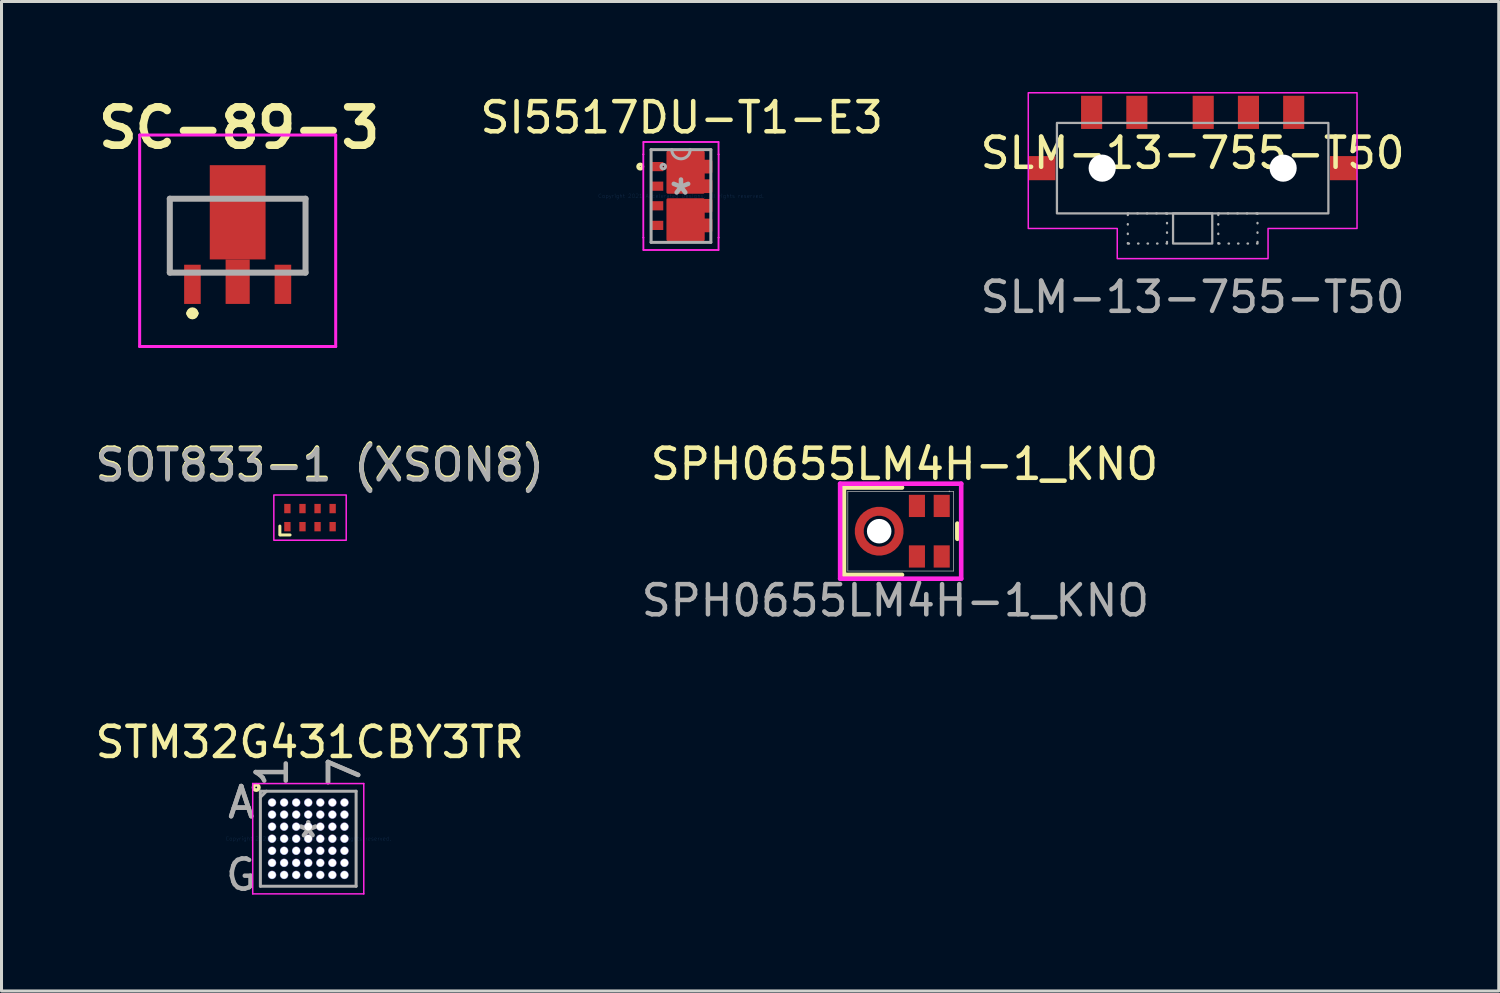
<source format=kicad_pcb>
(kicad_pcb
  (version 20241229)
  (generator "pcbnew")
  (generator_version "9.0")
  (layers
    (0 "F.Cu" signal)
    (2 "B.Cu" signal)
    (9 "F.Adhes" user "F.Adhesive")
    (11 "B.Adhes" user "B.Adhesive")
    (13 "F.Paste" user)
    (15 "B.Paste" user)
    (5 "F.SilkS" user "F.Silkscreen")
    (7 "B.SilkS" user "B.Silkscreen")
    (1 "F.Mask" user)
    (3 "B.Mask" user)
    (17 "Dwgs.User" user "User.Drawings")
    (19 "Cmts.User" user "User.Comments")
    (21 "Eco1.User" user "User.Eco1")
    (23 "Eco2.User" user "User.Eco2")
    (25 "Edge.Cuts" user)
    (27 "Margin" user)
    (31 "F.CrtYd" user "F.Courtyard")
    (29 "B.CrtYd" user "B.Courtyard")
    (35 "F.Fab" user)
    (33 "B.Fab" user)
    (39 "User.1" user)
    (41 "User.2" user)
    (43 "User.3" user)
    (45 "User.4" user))
  (footprint "SOT833-1 (XSON8)"
    (layer "F.Cu")
    (at 7.229 14.112)
    (property "Reference" "SOT833-1 (XSON8)" (at 0.325 -1.775 0) (unlocked yes) (layer "F.SilkS") (effects (font (size 1 1) (thickness 0.15))))
    (attr smd)
    (fp_rect (start -1 0.569) (end -1 0.281) (stroke (width 0.1) (type solid)) (fill no) (layer "F.SilkS"))
    (fp_rect (start -0.988 0.575) (end -0.662 0.575) (stroke (width 0.1) (type solid)) (fill no) (layer "F.SilkS"))
    (fp_rect (start -1.2 -0.75) (end 1.2 0.75) (stroke (width 0.05) (type solid)) (fill no) (layer "F.CrtYd"))
    (fp_text user "${REFERENCE}" (at 0.325 -1.725 0) (unlocked yes) (layer "F.Fab") (effects (font (size 1 1) (thickness 0.15))))
    (pad "1" smd rect (at -0.75 0.3) (size 0.21 0.31) (layers "F.Cu" "F.Mask" "F.Paste"))
    (pad "2" smd rect (at -0.25 0.3) (size 0.21 0.31) (layers "F.Cu" "F.Mask" "F.Paste"))
    (pad "3" smd rect (at 0.25 0.3) (size 0.21 0.31) (layers "F.Cu" "F.Mask" "F.Paste"))
    (pad "4" smd rect (at 0.75 0.3) (size 0.21 0.31) (layers "F.Cu" "F.Mask" "F.Paste"))
    (pad "5" smd rect (at 0.75 -0.3) (size 0.21 0.31) (layers "F.Cu" "F.Mask" "F.Paste"))
    (pad "6" smd rect (at 0.25 -0.3) (size 0.21 0.31) (layers "F.Cu" "F.Mask" "F.Paste"))
    (pad "7" smd rect (at -0.25 -0.3) (size 0.21 0.31) (layers "F.Cu" "F.Mask" "F.Paste"))
    (pad "8" smd rect (at -0.75 -0.3) (size 0.21 0.31) (layers "F.Cu" "F.Mask" "F.Paste")))
  (footprint "SI5517DU-T1-E3"
    (layer "F.Cu")
    (at 19.528 3.448)
    (property "Reference" "SI5517DU-T1-E3" (at 0.025 -2.6 0) (layer "F.SilkS") (effects (font (size 1 1) (thickness 0.15))))
    (attr through_hole)
    (fp_poly (pts (xy -0.432 -1.445) (xy 0.737 -1.445) (xy 0.737 -1.153) (xy 0.991 -1.153) (xy 0.991 -0.797) (xy 0.737 -0.797) (xy 0.737 -0.503) (xy 0.991 -0.503) (xy 0.991 -0.147) (xy 0.737 -0.147) (xy 0.737 -0.125) (xy -0.432 -0.125)) (stroke (width 0.1) (type solid)) (fill yes) (layer "F.Cu"))
    (fp_poly (pts (xy -0.432 0.125) (xy 0.737 0.125) (xy 0.737 0.147) (xy 0.991 0.147) (xy 0.991 0.503) (xy 0.737 0.503) (xy 0.737 0.797) (xy 0.991 0.797) (xy 0.991 1.153) (xy 0.737 1.153) (xy 0.737 1.445) (xy -0.432 1.445)) (stroke (width 0.1) (type solid)) (fill yes) (layer "F.Cu"))
    (fp_poly (pts (xy -0.432 -1.445) (xy 0.737 -1.445) (xy 0.737 -1.153) (xy 0.991 -1.153) (xy 0.991 -0.797) (xy 0.737 -0.797) (xy 0.737 -0.503) (xy 0.991 -0.503) (xy 0.991 -0.147) (xy 0.737 -0.147) (xy 0.737 -0.125) (xy -0.432 -0.125)) (stroke (width 0.1) (type solid)) (fill yes) (layer "F.Mask"))
    (fp_poly (pts (xy -0.432 0.125) (xy 0.737 0.125) (xy 0.737 0.147) (xy 0.991 0.147) (xy 0.991 0.503) (xy 0.737 0.503) (xy 0.737 0.797) (xy 0.991 0.797) (xy 0.991 1.153) (xy 0.737 1.153) (xy 0.737 1.445) (xy -0.432 1.445)) (stroke (width 0.1) (type solid)) (fill yes) (layer "F.Mask"))
    (fp_circle (center -1.35 -0.975) (end -1.277 -0.975) (stroke (width 0.12) (type solid)) (fill no) (layer "F.SilkS"))
    (fp_poly (pts (xy -0.432 -1.445) (xy 0.737 -1.445) (xy 0.737 -1.153) (xy 0.991 -1.153) (xy 0.991 -0.797) (xy 0.737 -0.797) (xy 0.737 -0.503) (xy 0.991 -0.503) (xy 0.991 -0.147) (xy 0.737 -0.147) (xy 0.737 -0.125) (xy -0.432 -0.125)) (stroke (width 0.1) (type solid)) (fill yes) (layer "F.Paste"))
    (fp_poly (pts (xy -0.432 0.125) (xy 0.737 0.125) (xy 0.737 0.147) (xy 0.991 0.147) (xy 0.991 0.503) (xy 0.737 0.503) (xy 0.737 0.797) (xy 0.991 0.797) (xy 0.991 1.153) (xy 0.737 1.153) (xy 0.737 1.445) (xy -0.432 1.445)) (stroke (width 0.1) (type solid)) (fill yes) (layer "F.Paste"))
    (fp_line (start -1.247 -1.381) (end -1.245 -1.381) (stroke (width 0.05) (type solid)) (layer "F.CrtYd"))
    (fp_line (start -1.247 -1.381) (end -1.245 -1.381) (stroke (width 0.05) (type solid)) (layer "F.CrtYd"))
    (fp_line (start -1.247 1.381) (end -1.247 -1.381) (stroke (width 0.05) (type solid)) (layer "F.CrtYd"))
    (fp_line (start -1.247 1.381) (end -1.247 -1.381) (stroke (width 0.05) (type solid)) (layer "F.CrtYd"))
    (fp_line (start -1.247 1.381) (end -1.245 1.381) (stroke (width 0.05) (type solid)) (layer "F.CrtYd"))
    (fp_line (start -1.245 -1.791) (end 1.245 -1.791) (stroke (width 0.05) (type solid)) (layer "F.CrtYd"))
    (fp_line (start -1.245 -1.791) (end 1.245 -1.791) (stroke (width 0.05) (type solid)) (layer "F.CrtYd"))
    (fp_line (start -1.245 -1.381) (end -1.245 -1.791) (stroke (width 0.05) (type solid)) (layer "F.CrtYd"))
    (fp_line (start -1.245 -1.381) (end -1.245 -1.791) (stroke (width 0.05) (type solid)) (layer "F.CrtYd"))
    (fp_line (start -1.245 1.381) (end -1.247 1.381) (stroke (width 0.05) (type solid)) (layer "F.CrtYd"))
    (fp_line (start -1.245 1.791) (end -1.245 1.381) (stroke (width 0.05) (type solid)) (layer "F.CrtYd"))
    (fp_line (start -1.245 1.791) (end -1.245 1.381) (stroke (width 0.05) (type solid)) (layer "F.CrtYd"))
    (fp_line (start 1.245 -1.791) (end 1.245 -1.381) (stroke (width 0.05) (type solid)) (layer "F.CrtYd"))
    (fp_line (start 1.245 -1.791) (end 1.245 -1.381) (stroke (width 0.05) (type solid)) (layer "F.CrtYd"))
    (fp_line (start 1.245 -1.381) (end 1.247 -1.381) (stroke (width 0.05) (type solid)) (layer "F.CrtYd"))
    (fp_line (start 1.245 1.381) (end 1.245 1.791) (stroke (width 0.05) (type solid)) (layer "F.CrtYd"))
    (fp_line (start 1.245 1.381) (end 1.245 1.791) (stroke (width 0.05) (type solid)) (layer "F.CrtYd"))
    (fp_line (start 1.245 1.791) (end -1.245 1.791) (stroke (width 0.05) (type solid)) (layer "F.CrtYd"))
    (fp_line (start 1.245 1.791) (end -1.245 1.791) (stroke (width 0.05) (type solid)) (layer "F.CrtYd"))
    (fp_line (start 1.247 -1.381) (end 1.245 -1.381) (stroke (width 0.05) (type solid)) (layer "F.CrtYd"))
    (fp_line (start 1.247 -1.381) (end 1.247 1.381) (stroke (width 0.05) (type solid)) (layer "F.CrtYd"))
    (fp_line (start 1.247 -1.381) (end 1.247 1.381) (stroke (width 0.05) (type solid)) (layer "F.CrtYd"))
    (fp_line (start 1.247 1.381) (end 1.245 1.381) (stroke (width 0.05) (type solid)) (layer "F.CrtYd"))
    (fp_line (start 1.247 1.381) (end 1.245 1.381) (stroke (width 0.05) (type solid)) (layer "F.CrtYd"))
    (fp_line (start -0.991 -1.537) (end -0.991 1.537) (stroke (width 0.1) (type solid)) (layer "F.Fab"))
    (fp_line (start -0.991 1.537) (end 0.991 1.537) (stroke (width 0.1) (type solid)) (layer "F.Fab"))
    (fp_line (start 0.991 -1.537) (end -0.991 -1.537) (stroke (width 0.1) (type solid)) (layer "F.Fab"))
    (fp_line (start 0.991 1.537) (end 0.991 -1.537) (stroke (width 0.1) (type solid)) (layer "F.Fab"))
    (fp_arc (start 0.3048 -1.5367) (mid 0 -1.2319) (end -0.3048 -1.5367) (stroke (width 0.1) (type solid)) (layer "F.Fab"))
    (fp_circle (center -0.587 -0.975) (end -0.511 -0.975) (stroke (width 0.1) (type solid)) (fill no) (layer "F.Fab"))
    (fp_text user "Copyright 2021 Accelerated Designs. All rights reserved." (at 0 0 0) (layer "Cmts.User") (effects (font (size 0.127 0.127) (thickness 0.002))))
    (fp_text user "*" (at 0 0 0) (layer "F.Fab") (effects (font (size 1 1) (thickness 0.15))))
    (pad "1" smd rect (at -0.79 -0.975) (size 0.406 0.305) (layers "F.Cu" "F.Mask" "F.Paste"))
    (pad "2" smd rect (at -0.79 -0.325) (size 0.406 0.305) (layers "F.Cu" "F.Mask" "F.Paste"))
    (pad "3" smd rect (at -0.79 0.325) (size 0.406 0.305) (layers "F.Cu" "F.Mask" "F.Paste"))
    (pad "4" smd rect (at -0.79 0.975) (size 0.406 0.305) (layers "F.Cu" "F.Mask" "F.Paste"))
    (pad "5" smd rect (at 0.864 0.975) (size 0.254 0.356) (layers "F.Cu" "F.Mask" "F.Paste"))
    (pad "6" smd rect (at 0.864 0.325) (size 0.254 0.356) (layers "F.Cu" "F.Mask" "F.Paste"))
    (pad "7" smd rect (at 0.864 -0.325) (size 0.254 0.356) (layers "F.Cu" "F.Mask" "F.Paste"))
    (pad "8" smd rect (at 0.864 -0.975) (size 0.254 0.356) (layers "F.Cu" "F.Mask" "F.Paste")))
  (footprint "SPH0655LM4H-1_KNO"
    (layer "F.Cu")
    (at 26.812 14.562)
    (property "Reference" "SPH0655LM4H-1_KNO" (at 0.125 -2.225 0) (unlocked yes) (layer "F.SilkS") (effects (font (size 1 1) (thickness 0.15))))
    (attr smd)
    (fp_line (start -1.88 -1.448) (end 0.044 -1.448) (stroke (width 0.152) (type solid)) (layer "F.SilkS"))
    (fp_line (start -1.88 1.448) (end -1.88 -1.448) (stroke (width 0.152) (type solid)) (layer "F.SilkS"))
    (fp_line (start 0.044 1.448) (end -1.88 1.448) (stroke (width 0.152) (type solid)) (layer "F.SilkS"))
    (fp_line (start 1.88 -0.251) (end 1.88 0.251) (stroke (width 0.152) (type solid)) (layer "F.SilkS"))
    (fp_circle (center -0.713 0) (end -0.053 0) (stroke (width 0.3) (type default)) (fill no) (layer "B.Paste"))
    (fp_line (start -2.007 -1.575) (end 2.007 -1.575) (stroke (width 0.152) (type solid)) (layer "F.CrtYd"))
    (fp_line (start -2.007 1.575) (end -2.007 -1.575) (stroke (width 0.152) (type solid)) (layer "F.CrtYd"))
    (fp_line (start 2.007 -1.575) (end 2.007 1.575) (stroke (width 0.152) (type solid)) (layer "F.CrtYd"))
    (fp_line (start 2.007 1.575) (end -2.007 1.575) (stroke (width 0.152) (type solid)) (layer "F.CrtYd"))
    (fp_line (start -1.753 -1.321) (end -1.753 1.321) (stroke (width 0.025) (type solid)) (layer "F.Fab"))
    (fp_line (start -1.753 1.321) (end 1.753 1.321) (stroke (width 0.025) (type solid)) (layer "F.Fab"))
    (fp_line (start 1.753 -1.321) (end -1.753 -1.321) (stroke (width 0.025) (type solid)) (layer "F.Fab"))
    (fp_line (start 1.753 1.321) (end 1.753 -1.321) (stroke (width 0.025) (type solid)) (layer "F.Fab"))
    (fp_circle (center 1.615 -1.32) (end 1.615 -1.32) (stroke (width 0.025) (type solid)) (fill no) (layer "F.Fab"))
    (fp_text user "${REFERENCE}" (at -0.175 2.3 0) (unlocked yes) (layer "F.Fab") (effects (font (size 1 1) (thickness 0.15))))
    (pad "" np_thru_hole circle (at -0.713 0) (size 0.813 0.813) (drill 0.813) (layers "*.Cu" "*.Mask"))
    (pad "1" smd rect (at 1.361 -0.838) (size 0.533 0.737) (layers "F.Cu" "F.Mask" "F.Paste"))
    (pad "2" smd rect (at 0.539 -0.838) (size 0.533 0.737) (layers "F.Cu" "F.Mask" "F.Paste"))
    (pad "3" smd custom (at -0.713 0) (size 0.1 0.1) (drill (offset -0.6 0)) (layers "F.Cu" "F.Mask" "F.Paste") (options (anchor circle)) (primitives (gr_circle (center 0.6 0) (end 1.26 0) (width 0.3) (fill no))))
    (pad "4" smd rect (at 0.539 0.838) (size 0.533 0.737) (layers "F.Cu" "F.Mask" "F.Paste"))
    (pad "5" smd rect (at 1.361 0.838) (size 0.533 0.737) (layers "F.Cu" "F.Mask" "F.Paste")))
  (footprint "SLM-13-755-T50"
    (layer "F.Cu")
    (at 36.493 2.525)
    (property "Reference" "SLM-13-755-T50" (at 0 -0.5 0) (unlocked yes) (layer "F.SilkS") (effects (font (size 1 1) (thickness 0.15))))
    (attr smd)
    (fp_poly (pts (xy 2.5 3) (xy -2.5 3) (xy -2.5 2) (xy -5.45 2) (xy -5.45 -2.5) (xy 5.45 -2.5) (xy 5.45 2) (xy 2.5 2)) (stroke (width 0.05) (type default)) (fill no) (layer "F.CrtYd"))
    (fp_rect (start -4.5 -1.5) (end 4.5 1.5) (stroke (width 0.075) (type solid)) (fill no) (layer "F.Fab"))
    (fp_rect (start -2.15 1.5) (end -0.85 2.5) (stroke (width 0.075) (type dot)) (fill no) (layer "F.Fab"))
    (fp_rect (start -0.65 1.5) (end 0.65 2.5) (stroke (width 0.075) (type solid)) (fill no) (layer "F.Fab"))
    (fp_rect (start 0.85 1.5) (end 2.15 2.5) (stroke (width 0.075) (type dot)) (fill no) (layer "F.Fab"))
    (fp_text user "${REFERENCE}" (at 0 4.275 0) (unlocked yes) (layer "F.Fab") (effects (font (size 1 1) (thickness 0.15))))
    (pad "" np_thru_hole circle (at -3 0) (size 0.9 0.9) (drill 0.9) (layers "*.Cu" "*.Mask"))
    (pad "" np_thru_hole circle (at 3 0) (size 0.9 0.9) (drill 0.9) (layers "*.Cu" "*.Mask"))
    (pad "1" smd rect (at -3.35 -1.85) (size 0.7 1.1) (layers "F.Cu" "F.Mask" "F.Paste"))
    (pad "2" smd rect (at 1.85 -1.85) (size 0.7 1.1) (layers "F.Cu" "F.Mask" "F.Paste"))
    (pad "3" smd rect (at -1.85 -1.85) (size 0.7 1.1) (layers "F.Cu" "F.Mask" "F.Paste"))
    (pad "3" smd rect (at 0.35 -1.85) (size 0.7 1.1) (layers "F.Cu" "F.Mask" "F.Paste"))
    (pad "4" smd rect (at 3.35 -1.85) (size 0.7 1.1) (layers "F.Cu" "F.Mask" "F.Paste"))
    (pad "MP" smd rect (at -5 0) (size 0.9 0.8) (layers "F.Cu" "F.Mask" "F.Paste"))
    (pad "MP" smd rect (at 5 0) (size 0.9 0.8) (layers "F.Cu" "F.Mask" "F.Paste")))
  (footprint "SC-89-3"
    (layer "F.Cu")
    (at 4.83 3.539)
    (property "Reference" "SC-89-3" (at 0.05 -2.35 0) (layer "F.SilkS") (effects (font (size 1.27 1.27) (thickness 0.254))))
    (attr smd)
    (fp_line (start -2.25 0) (end -2.25 2.45) (stroke (width 0.1) (type solid)) (layer "F.SilkS"))
    (fp_line (start -1.6 3.8) (end -1.6 3.8) (stroke (width 0.2) (type solid)) (layer "F.SilkS"))
    (fp_line (start -1.5 0) (end -2.25 0) (stroke (width 0.1) (type solid)) (layer "F.SilkS"))
    (fp_line (start -1.4 3.8) (end -1.4 3.8) (stroke (width 0.2) (type solid)) (layer "F.SilkS"))
    (fp_line (start 1.5 0) (end 2.25 0) (stroke (width 0.1) (type solid)) (layer "F.SilkS"))
    (fp_line (start 2.25 0) (end 2.25 2.45) (stroke (width 0.1) (type solid)) (layer "F.SilkS"))
    (fp_arc (start -1.6 3.8) (mid -1.5 3.7) (end -1.4 3.8) (stroke (width 0.2) (type solid)) (layer "F.SilkS"))
    (fp_arc (start -1.4 3.8) (mid -1.5 3.9) (end -1.6 3.8) (stroke (width 0.2) (type solid)) (layer "F.SilkS"))
    (fp_line (start -3.25 -2.112) (end 3.25 -2.112) (stroke (width 0.1) (type solid)) (layer "F.CrtYd"))
    (fp_line (start -3.25 4.9) (end -3.25 -2.112) (stroke (width 0.1) (type solid)) (layer "F.CrtYd"))
    (fp_line (start 3.25 -2.112) (end 3.25 4.9) (stroke (width 0.1) (type solid)) (layer "F.CrtYd"))
    (fp_line (start 3.25 4.9) (end -3.25 4.9) (stroke (width 0.1) (type solid)) (layer "F.CrtYd"))
    (fp_line (start -2.25 0) (end 2.25 0) (stroke (width 0.2) (type solid)) (layer "F.Fab"))
    (fp_line (start -2.25 2.45) (end -2.25 0) (stroke (width 0.2) (type solid)) (layer "F.Fab"))
    (fp_line (start 2.25 0) (end 2.25 2.45) (stroke (width 0.2) (type solid)) (layer "F.Fab"))
    (fp_line (start 2.25 2.45) (end -2.25 2.45) (stroke (width 0.2) (type solid)) (layer "F.Fab"))
    (pad "1" smd rect (at -1.5 2.838) (size 0.55 1.3) (layers "F.Cu" "F.Mask" "F.Paste"))
    (pad "2" smd rect (at 0 0.45) (size 1.85 3.125) (layers "F.Cu" "F.Mask" "F.Paste"))
    (pad "2" smd rect (at 0 2.75) (size 0.8 1.475) (layers "F.Cu" "F.Mask" "F.Paste"))
    (pad "3" smd rect (at 1.5 2.838) (size 0.55 1.3) (layers "F.Cu" "F.Mask" "F.Paste")))
  (footprint "STM32G431CBY3TR"
    (layer "F.Cu")
    (at 7.17 24.758)
    (property "Reference" "STM32G431CBY3TR" (at 0.05 -3.2 0) (layer "F.SilkS") (effects (font (size 1 1) (thickness 0.15))))
    (attr through_hole)
    (fp_circle (center -1.725 -1.7) (end -1.65 -1.65) (stroke (width 0.12) (type solid)) (fill no) (layer "F.SilkS"))
    (fp_line (start -1.841 -1.829) (end 1.841 -1.829) (stroke (width 0.05) (type solid)) (layer "F.CrtYd"))
    (fp_line (start -1.841 1.829) (end -1.841 -1.829) (stroke (width 0.05) (type solid)) (layer "F.CrtYd"))
    (fp_line (start 1.841 -1.829) (end 1.841 1.829) (stroke (width 0.05) (type solid)) (layer "F.CrtYd"))
    (fp_line (start 1.841 1.829) (end -1.841 1.829) (stroke (width 0.05) (type solid)) (layer "F.CrtYd"))
    (fp_line (start -1.587 -1.575) (end -1.587 1.575) (stroke (width 0.1) (type solid)) (layer "F.Fab"))
    (fp_line (start -1.587 1.575) (end 1.587 1.575) (stroke (width 0.1) (type solid)) (layer "F.Fab"))
    (fp_line (start -1.387 -1.575) (end -1.587 -1.375) (stroke (width 0.1) (type solid)) (layer "F.Fab"))
    (fp_line (start 1.587 -1.575) (end -1.587 -1.575) (stroke (width 0.1) (type solid)) (layer "F.Fab"))
    (fp_line (start 1.587 1.575) (end 1.587 -1.575) (stroke (width 0.1) (type solid)) (layer "F.Fab"))
    (fp_text user "Copyright 2021 Accelerated Designs. All rights reserved." (at 0 0 0) (layer "Cmts.User") (effects (font (size 0.127 0.127) (thickness 0.002))))
    (fp_text user "*" (at 0 0 0) (layer "F.Fab") (effects (font (size 1 1) (thickness 0.15))))
    (fp_text user "7" (at 1.2 -2.21 90) (layer "F.Fab") (effects (font (size 1 1) (thickness 0.15))))
    (fp_text user "A" (at -2.223 -1.2 0) (layer "F.Fab") (effects (font (size 1 1) (thickness 0.15))))
    (fp_text user "G" (at -2.223 1.2 0) (layer "F.Fab") (effects (font (size 1 1) (thickness 0.15))))
    (fp_text user "1" (at -1.2 -2.21 90) (layer "F.Fab") (effects (font (size 1 1) (thickness 0.15))))
    (fp_text user "A" (at -2.223 -1.2 0) (layer "F.Fab") (effects (font (size 1 1) (thickness 0.15))))
    (fp_text user "7" (at 1.2 -2.21 90) (layer "F.Fab") (effects (font (size 1 1) (thickness 0.15))))
    (pad "A1" thru_hole circle (at -1.2 -1.2) (size 0.279 0.279) (drill 0.254) (layers "*.Cu" "*.Mask"))
    (pad "A2" thru_hole circle (at -0.8 -1.2) (size 0.279 0.279) (drill 0.254) (layers "*.Cu" "*.Mask"))
    (pad "A3" thru_hole circle (at -0.4 -1.2) (size 0.279 0.279) (drill 0.254) (layers "*.Cu" "*.Mask"))
    (pad "A4" thru_hole circle (at 0 -1.2) (size 0.279 0.279) (drill 0.254) (layers "*.Cu" "*.Mask"))
    (pad "A5" thru_hole circle (at 0.4 -1.2) (size 0.279 0.279) (drill 0.254) (layers "*.Cu" "*.Mask"))
    (pad "A6" thru_hole circle (at 0.8 -1.2) (size 0.279 0.279) (drill 0.254) (layers "*.Cu" "*.Mask"))
    (pad "A7" thru_hole circle (at 1.2 -1.2) (size 0.279 0.279) (drill 0.254) (layers "*.Cu" "*.Mask"))
    (pad "B1" thru_hole circle (at -1.2 -0.8) (size 0.279 0.279) (drill 0.254) (layers "*.Cu" "*.Mask"))
    (pad "B2" thru_hole circle (at -0.8 -0.8) (size 0.279 0.279) (drill 0.254) (layers "*.Cu" "*.Mask"))
    (pad "B3" thru_hole circle (at -0.4 -0.8) (size 0.279 0.279) (drill 0.254) (layers "*.Cu" "*.Mask"))
    (pad "B4" thru_hole circle (at 0 -0.8) (size 0.279 0.279) (drill 0.254) (layers "*.Cu" "*.Mask"))
    (pad "B5" thru_hole circle (at 0.4 -0.8) (size 0.279 0.279) (drill 0.254) (layers "*.Cu" "*.Mask"))
    (pad "B6" thru_hole circle (at 0.8 -0.8) (size 0.279 0.279) (drill 0.254) (layers "*.Cu" "*.Mask"))
    (pad "B7" thru_hole circle (at 1.2 -0.8) (size 0.279 0.279) (drill 0.254) (layers "*.Cu" "*.Mask"))
    (pad "C1" thru_hole circle (at -1.2 -0.4) (size 0.279 0.279) (drill 0.254) (layers "*.Cu" "*.Mask"))
    (pad "C2" thru_hole circle (at -0.8 -0.4) (size 0.279 0.279) (drill 0.254) (layers "*.Cu" "*.Mask"))
    (pad "C3" thru_hole circle (at -0.4 -0.4) (size 0.279 0.279) (drill 0.254) (layers "*.Cu" "*.Mask"))
    (pad "C4" thru_hole circle (at 0 -0.4) (size 0.279 0.279) (drill 0.254) (layers "*.Cu" "*.Mask"))
    (pad "C5" thru_hole circle (at 0.4 -0.4) (size 0.279 0.279) (drill 0.254) (layers "*.Cu" "*.Mask"))
    (pad "C6" thru_hole circle (at 0.8 -0.4) (size 0.279 0.279) (drill 0.254) (layers "*.Cu" "*.Mask"))
    (pad "C7" thru_hole circle (at 1.2 -0.4) (size 0.279 0.279) (drill 0.254) (layers "*.Cu" "*.Mask"))
    (pad "D1" thru_hole circle (at -1.2 0) (size 0.279 0.279) (drill 0.254) (layers "*.Cu" "*.Mask"))
    (pad "D2" thru_hole circle (at -0.8 0) (size 0.279 0.279) (drill 0.254) (layers "*.Cu" "*.Mask"))
    (pad "D3" thru_hole circle (at -0.4 0) (size 0.279 0.279) (drill 0.254) (layers "*.Cu" "*.Mask"))
    (pad "D4" thru_hole circle (at 0 0) (size 0.279 0.279) (drill 0.254) (layers "*.Cu" "*.Mask"))
    (pad "D5" thru_hole circle (at 0.4 0) (size 0.279 0.279) (drill 0.254) (layers "*.Cu" "*.Mask"))
    (pad "D6" thru_hole circle (at 0.8 0) (size 0.279 0.279) (drill 0.254) (layers "*.Cu" "*.Mask"))
    (pad "D7" thru_hole circle (at 1.2 0) (size 0.279 0.279) (drill 0.254) (layers "*.Cu" "*.Mask"))
    (pad "E1" thru_hole circle (at -1.2 0.4) (size 0.279 0.279) (drill 0.254) (layers "*.Cu" "*.Mask"))
    (pad "E2" thru_hole circle (at -0.8 0.4) (size 0.279 0.279) (drill 0.254) (layers "*.Cu" "*.Mask"))
    (pad "E3" thru_hole circle (at -0.4 0.4) (size 0.279 0.279) (drill 0.254) (layers "*.Cu" "*.Mask"))
    (pad "E4" thru_hole circle (at 0 0.4) (size 0.279 0.279) (drill 0.254) (layers "*.Cu" "*.Mask"))
    (pad "E5" thru_hole circle (at 0.4 0.4) (size 0.279 0.279) (drill 0.254) (layers "*.Cu" "*.Mask"))
    (pad "E6" thru_hole circle (at 0.8 0.4) (size 0.279 0.279) (drill 0.254) (layers "*.Cu" "*.Mask"))
    (pad "E7" thru_hole circle (at 1.2 0.4) (size 0.279 0.279) (drill 0.254) (layers "*.Cu" "*.Mask"))
    (pad "F1" thru_hole circle (at -1.2 0.8) (size 0.279 0.279) (drill 0.254) (layers "*.Cu" "*.Mask"))
    (pad "F2" thru_hole circle (at -0.8 0.8) (size 0.279 0.279) (drill 0.254) (layers "*.Cu" "*.Mask"))
    (pad "F3" thru_hole circle (at -0.4 0.8) (size 0.279 0.279) (drill 0.254) (layers "*.Cu" "*.Mask"))
    (pad "F4" thru_hole circle (at 0 0.8) (size 0.279 0.279) (drill 0.254) (layers "*.Cu" "*.Mask"))
    (pad "F5" thru_hole circle (at 0.4 0.8) (size 0.279 0.279) (drill 0.254) (layers "*.Cu" "*.Mask"))
    (pad "F6" thru_hole circle (at 0.8 0.8) (size 0.279 0.279) (drill 0.254) (layers "*.Cu" "*.Mask"))
    (pad "F7" thru_hole circle (at 1.2 0.8) (size 0.279 0.279) (drill 0.254) (layers "*.Cu" "*.Mask"))
    (pad "G1" thru_hole circle (at -1.2 1.2) (size 0.279 0.279) (drill 0.254) (layers "*.Cu" "*.Mask"))
    (pad "G2" thru_hole circle (at -0.8 1.2) (size 0.279 0.279) (drill 0.254) (layers "*.Cu" "*.Mask"))
    (pad "G3" thru_hole circle (at -0.4 1.2) (size 0.279 0.279) (drill 0.254) (layers "*.Cu" "*.Mask"))
    (pad "G4" thru_hole circle (at 0 1.2) (size 0.279 0.279) (drill 0.254) (layers "*.Cu" "*.Mask"))
    (pad "G5" thru_hole circle (at 0.4 1.2) (size 0.279 0.279) (drill 0.254) (layers "*.Cu" "*.Mask"))
    (pad "G6" thru_hole circle (at 0.8 1.2) (size 0.279 0.279) (drill 0.254) (layers "*.Cu" "*.Mask"))
    (pad "G7" thru_hole circle (at 1.2 1.2) (size 0.279 0.279) (drill 0.254) (layers "*.Cu" "*.Mask")))
  (gr_rect
    (start -3 -3)
    (end 46.642 29.807)
    (stroke (width 0.1) (type default))
    (fill no)
    (layer "Edge.Cuts")))
</source>
